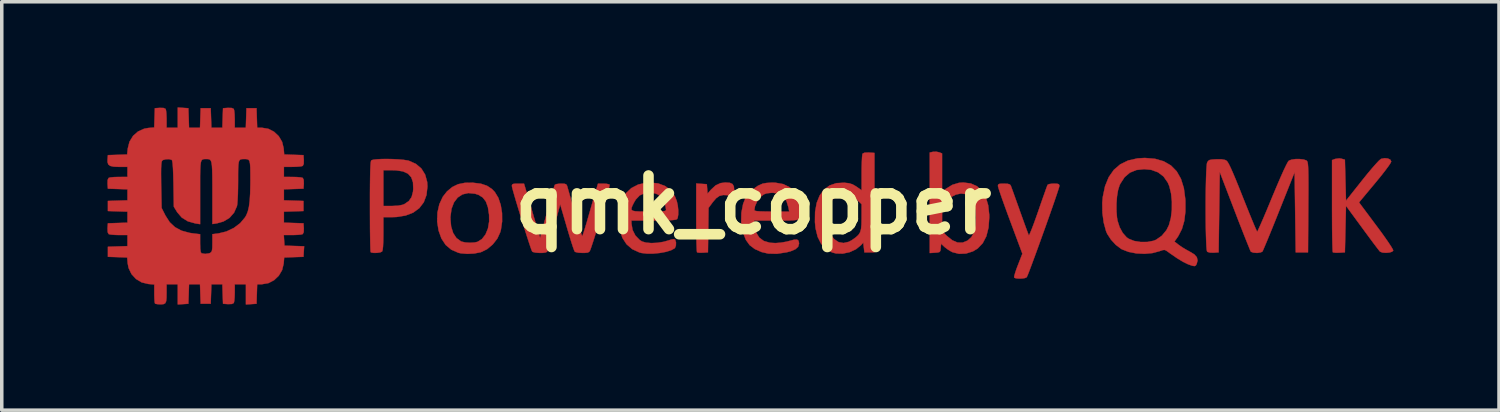
<source format=kicad_pcb>
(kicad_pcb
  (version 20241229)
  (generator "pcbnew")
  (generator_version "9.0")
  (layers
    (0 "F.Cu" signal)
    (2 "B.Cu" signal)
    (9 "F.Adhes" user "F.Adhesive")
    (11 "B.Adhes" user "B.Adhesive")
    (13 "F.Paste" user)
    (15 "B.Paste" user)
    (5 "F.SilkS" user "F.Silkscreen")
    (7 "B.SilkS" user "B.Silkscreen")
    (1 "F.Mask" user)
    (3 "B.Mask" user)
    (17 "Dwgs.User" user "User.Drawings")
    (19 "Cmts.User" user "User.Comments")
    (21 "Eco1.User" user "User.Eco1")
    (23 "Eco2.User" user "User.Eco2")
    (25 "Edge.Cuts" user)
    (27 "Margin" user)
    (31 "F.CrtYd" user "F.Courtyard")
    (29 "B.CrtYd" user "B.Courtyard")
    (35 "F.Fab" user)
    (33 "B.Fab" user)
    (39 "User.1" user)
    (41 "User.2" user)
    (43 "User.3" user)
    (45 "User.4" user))
  (footprint "qmk_copper"
    (layer "F.Cu")
    (at 18.352 2.771)
    (property "Reference" "qmk_copper" (at 0 0 0) (layer "F.SilkS") (effects (font (size 1.524 1.524) (thickness 0.3))))
    (attr through_hole)
    (fp_poly (pts (xy -0.665 -0.626) (xy -0.588 -0.592) (xy -0.55 -0.522) (xy -0.54 -0.411) (xy -0.54 -0.253) (xy -0.716 -0.274) (xy -0.855 -0.28) (xy -0.961 -0.254) (xy -1.055 -0.187) (xy -1.153 -0.072) (xy -1.16 -0.062) (xy -1.269 0.086) (xy -1.286 1.349) (xy -1.43 1.359) (xy -1.521 1.36) (xy -1.584 1.352) (xy -1.597 1.346) (xy -1.602 1.309) (xy -1.607 1.217) (xy -1.612 1.078) (xy -1.615 0.899) (xy -1.618 0.688) (xy -1.619 0.454) (xy -1.619 0.358) (xy -1.619 -0.607) (xy -1.468 -0.597) (xy -1.318 -0.587) (xy -1.308 -0.453) (xy -1.298 -0.319) (xy -1.2 -0.431) (xy -1.068 -0.553) (xy -0.929 -0.618) (xy -0.793 -0.635) (xy -0.665 -0.626)) (stroke (width 0.01) (type solid)) (fill yes) (layer "F.Cu"))
    (fp_poly (pts (xy 18.033 -1.317) (xy 18.103 -1.284) (xy 18.129 -1.233) (xy 18.109 -1.189) (xy 18.052 -1.103) (xy 17.963 -0.983) (xy 17.848 -0.835) (xy 17.71 -0.666) (xy 17.671 -0.619) (xy 17.213 -0.07) (xy 17.704 0.588) (xy 17.837 0.767) (xy 17.955 0.932) (xy 18.054 1.075) (xy 18.129 1.189) (xy 18.174 1.266) (xy 18.186 1.297) (xy 18.151 1.332) (xy 18.075 1.354) (xy 17.979 1.363) (xy 17.886 1.356) (xy 17.817 1.332) (xy 17.805 1.323) (xy 17.775 1.285) (xy 17.712 1.204) (xy 17.623 1.087) (xy 17.515 0.941) (xy 17.392 0.775) (xy 17.302 0.652) (xy 16.843 0.027) (xy 16.812 1.349) (xy 16.652 1.359) (xy 16.555 1.36) (xy 16.487 1.353) (xy 16.469 1.346) (xy 16.464 1.31) (xy 16.46 1.218) (xy 16.456 1.075) (xy 16.452 0.89) (xy 16.449 0.668) (xy 16.448 0.417) (xy 16.447 0.144) (xy 16.447 0.026) (xy 16.447 -1.272) (xy 16.534 -1.305) (xy 16.652 -1.321) (xy 16.716 -1.311) (xy 16.812 -1.284) (xy 16.843 -0.119) (xy 17.303 -0.698) (xy 17.449 -0.88) (xy 17.581 -1.037) (xy 17.693 -1.164) (xy 17.778 -1.255) (xy 17.833 -1.302) (xy 17.842 -1.307) (xy 17.94 -1.327) (xy 18.033 -1.317)) (stroke (width 0.01) (type solid)) (fill yes) (layer "F.Cu"))
    (fp_poly (pts (xy -7.958 -0.628) (xy -7.738 -0.601) (xy -7.564 -0.543) (xy -7.423 -0.449) (xy -7.341 -0.363) (xy -7.242 -0.2) (xy -7.174 0.004) (xy -7.137 0.233) (xy -7.135 0.472) (xy -7.169 0.705) (xy -7.187 0.774) (xy -7.271 0.958) (xy -7.401 1.124) (xy -7.561 1.258) (xy -7.738 1.344) (xy -7.748 1.347) (xy -7.929 1.382) (xy -8.127 1.392) (xy -8.31 1.376) (xy -8.378 1.361) (xy -8.578 1.274) (xy -8.738 1.139) (xy -8.859 0.956) (xy -8.94 0.73) (xy -8.98 0.473) (xy -8.977 0.389) (xy -8.604 0.389) (xy -8.584 0.614) (xy -8.526 0.801) (xy -8.433 0.943) (xy -8.306 1.035) (xy -8.287 1.044) (xy -8.182 1.068) (xy -8.048 1.077) (xy -7.918 1.069) (xy -7.832 1.05) (xy -7.706 0.969) (xy -7.606 0.84) (xy -7.537 0.671) (xy -7.503 0.472) (xy -7.505 0.282) (xy -7.538 0.067) (xy -7.596 -0.094) (xy -7.684 -0.209) (xy -7.806 -0.285) (xy -7.906 -0.317) (xy -8.095 -0.336) (xy -8.261 -0.298) (xy -8.398 -0.208) (xy -8.503 -0.07) (xy -8.573 0.113) (xy -8.603 0.337) (xy -8.604 0.389) (xy -8.977 0.389) (xy -8.972 0.219) (xy -8.918 -0.019) (xy -8.82 -0.23) (xy -8.7 -0.383) (xy -8.549 -0.508) (xy -8.385 -0.587) (xy -8.194 -0.626) (xy -7.961 -0.629) (xy -7.958 -0.628)) (stroke (width 0.01) (type solid)) (fill yes) (layer "F.Cu"))
    (fp_poly (pts (xy 5.281 -1.494) (xy 5.366 -1.462) (xy 5.366 -0.373) (xy 5.477 -0.458) (xy 5.66 -0.57) (xy 5.847 -0.626) (xy 5.969 -0.635) (xy 6.181 -0.608) (xy 6.359 -0.529) (xy 6.502 -0.398) (xy 6.608 -0.218) (xy 6.676 0.01) (xy 6.706 0.283) (xy 6.707 0.352) (xy 6.686 0.645) (xy 6.624 0.891) (xy 6.521 1.089) (xy 6.377 1.24) (xy 6.245 1.32) (xy 6.046 1.383) (xy 5.848 1.391) (xy 5.665 1.345) (xy 5.637 1.332) (xy 5.534 1.271) (xy 5.44 1.2) (xy 5.425 1.186) (xy 5.338 1.103) (xy 5.328 1.226) (xy 5.319 1.301) (xy 5.296 1.338) (xy 5.242 1.353) (xy 5.167 1.359) (xy 5.016 1.369) (xy 5.016 0.749) (xy 5.366 0.749) (xy 5.501 0.881) (xy 5.656 1.006) (xy 5.804 1.07) (xy 5.948 1.073) (xy 6.09 1.015) (xy 6.199 0.917) (xy 6.274 0.775) (xy 6.317 0.584) (xy 6.329 0.365) (xy 6.318 0.155) (xy 6.286 -0.008) (xy 6.228 -0.136) (xy 6.147 -0.238) (xy 6.037 -0.306) (xy 5.904 -0.323) (xy 5.757 -0.292) (xy 5.608 -0.216) (xy 5.467 -0.096) (xy 5.444 -0.071) (xy 5.411 -0.029) (xy 5.389 0.016) (xy 5.376 0.079) (xy 5.369 0.172) (xy 5.367 0.309) (xy 5.367 0.382) (xy 5.366 0.749) (xy 5.016 0.749) (xy 5.016 -1.487) (xy 5.106 -1.507) (xy 5.205 -1.51) (xy 5.281 -1.494)) (stroke (width 0.01) (type solid)) (fill yes) (layer "F.Cu"))
    (fp_poly (pts (xy -10.239 -1.3) (xy -10.076 -1.292) (xy -9.931 -1.279) (xy -9.817 -1.261) (xy -9.784 -1.253) (xy -9.584 -1.164) (xy -9.429 -1.032) (xy -9.322 -0.86) (xy -9.265 -0.652) (xy -9.257 -0.522) (xy -9.284 -0.28) (xy -9.361 -0.074) (xy -9.488 0.093) (xy -9.661 0.22) (xy -9.88 0.304) (xy -10.142 0.345) (xy -10.261 0.349) (xy -10.509 0.349) (xy -10.509 0.819) (xy -10.512 1.034) (xy -10.519 1.188) (xy -10.531 1.285) (xy -10.547 1.327) (xy -10.6 1.35) (xy -10.686 1.363) (xy -10.778 1.365) (xy -10.85 1.354) (xy -10.869 1.344) (xy -10.874 1.309) (xy -10.878 1.217) (xy -10.882 1.075) (xy -10.885 0.89) (xy -10.888 0.669) (xy -10.889 0.419) (xy -10.89 0.147) (xy -10.89 0.049) (xy -10.89 -0.294) (xy -10.888 -0.577) (xy -10.885 -0.806) (xy -10.881 -0.983) (xy -10.881 -0.984) (xy -10.509 -0.984) (xy -10.509 0.032) (xy -10.263 0.032) (xy -10.086 0.023) (xy -9.958 -0.003) (xy -9.908 -0.024) (xy -9.785 -0.109) (xy -9.707 -0.221) (xy -9.667 -0.373) (xy -9.66 -0.453) (xy -9.667 -0.64) (xy -9.716 -0.783) (xy -9.809 -0.886) (xy -9.95 -0.951) (xy -10.142 -0.981) (xy -10.247 -0.984) (xy -10.509 -0.984) (xy -10.881 -0.984) (xy -10.875 -1.114) (xy -10.868 -1.201) (xy -10.859 -1.251) (xy -10.852 -1.264) (xy -10.802 -1.282) (xy -10.702 -1.294) (xy -10.565 -1.302) (xy -10.407 -1.304) (xy -10.239 -1.3)) (stroke (width 0.01) (type solid)) (fill yes) (layer "F.Cu"))
    (fp_poly (pts (xy 3.289 -1.486) (xy 3.445 -1.476) (xy 3.445 1.349) (xy 3.159 1.349) (xy 3.143 1.211) (xy 3.127 1.072) (xy 3.064 1.143) (xy 2.919 1.261) (xy 2.74 1.343) (xy 2.545 1.385) (xy 2.354 1.381) (xy 2.242 1.352) (xy 2.067 1.255) (xy 1.93 1.107) (xy 1.831 0.909) (xy 1.771 0.665) (xy 1.754 0.492) (xy 1.755 0.381) (xy 2.128 0.381) (xy 2.137 0.591) (xy 2.169 0.753) (xy 2.226 0.88) (xy 2.302 0.975) (xy 2.426 1.059) (xy 2.567 1.084) (xy 2.716 1.05) (xy 2.807 1) (xy 2.915 0.923) (xy 2.989 0.855) (xy 3.037 0.78) (xy 3.064 0.685) (xy 3.076 0.556) (xy 3.079 0.379) (xy 3.079 0.364) (xy 3.08 -0.019) (xy 2.961 -0.133) (xy 2.848 -0.231) (xy 2.752 -0.287) (xy 2.649 -0.313) (xy 2.554 -0.318) (xy 2.453 -0.311) (xy 2.381 -0.281) (xy 2.307 -0.214) (xy 2.299 -0.205) (xy 2.218 -0.1) (xy 2.165 0.022) (xy 2.137 0.174) (xy 2.128 0.373) (xy 2.128 0.381) (xy 1.755 0.381) (xy 1.758 0.197) (xy 1.804 -0.057) (xy 1.889 -0.268) (xy 2.012 -0.433) (xy 2.17 -0.551) (xy 2.362 -0.617) (xy 2.586 -0.629) (xy 2.587 -0.629) (xy 2.721 -0.614) (xy 2.822 -0.583) (xy 2.921 -0.526) (xy 2.936 -0.515) (xy 3.08 -0.414) (xy 3.08 -0.913) (xy 3.082 -1.087) (xy 3.087 -1.241) (xy 3.093 -1.361) (xy 3.102 -1.436) (xy 3.107 -1.455) (xy 3.161 -1.482) (xy 3.273 -1.487) (xy 3.289 -1.486)) (stroke (width 0.01) (type solid)) (fill yes) (layer "F.Cu"))
    (fp_poly (pts (xy 8.637 -0.6) (xy 8.684 -0.586) (xy 8.699 -0.554) (xy 8.7 -0.539) (xy 8.689 -0.496) (xy 8.659 -0.401) (xy 8.613 -0.263) (xy 8.553 -0.087) (xy 8.482 0.117) (xy 8.403 0.342) (xy 8.319 0.58) (xy 8.231 0.824) (xy 8.144 1.066) (xy 8.06 1.298) (xy 7.981 1.513) (xy 7.911 1.702) (xy 7.852 1.859) (xy 7.807 1.975) (xy 7.778 2.042) (xy 7.771 2.056) (xy 7.723 2.079) (xy 7.639 2.092) (xy 7.543 2.094) (xy 7.461 2.086) (xy 7.415 2.066) (xy 7.414 2.065) (xy 7.417 2.024) (xy 7.441 1.938) (xy 7.48 1.821) (xy 7.522 1.711) (xy 7.648 1.388) (xy 7.301 0.456) (xy 7.215 0.224) (xy 7.137 0.009) (xy 7.069 -0.181) (xy 7.015 -0.339) (xy 6.976 -0.456) (xy 6.956 -0.526) (xy 6.953 -0.539) (xy 6.961 -0.577) (xy 6.994 -0.596) (xy 7.068 -0.603) (xy 7.124 -0.603) (xy 7.232 -0.598) (xy 7.292 -0.58) (xy 7.318 -0.548) (xy 7.335 -0.502) (xy 7.37 -0.407) (xy 7.419 -0.27) (xy 7.479 -0.102) (xy 7.547 0.087) (xy 7.576 0.171) (xy 7.646 0.365) (xy 7.709 0.54) (xy 7.762 0.686) (xy 7.803 0.795) (xy 7.827 0.856) (xy 7.832 0.866) (xy 7.847 0.846) (xy 7.879 0.774) (xy 7.926 0.658) (xy 7.984 0.504) (xy 8.049 0.322) (xy 8.099 0.18) (xy 8.169 -0.023) (xy 8.233 -0.206) (xy 8.288 -0.361) (xy 8.33 -0.48) (xy 8.358 -0.552) (xy 8.366 -0.571) (xy 8.407 -0.59) (xy 8.489 -0.601) (xy 8.543 -0.603) (xy 8.637 -0.6)) (stroke (width 0.01) (type solid)) (fill yes) (layer "F.Cu"))
    (fp_poly (pts (xy 0.629 -0.63) (xy 0.853 -0.59) (xy 1.038 -0.5) (xy 1.184 -0.362) (xy 1.288 -0.179) (xy 1.347 0.048) (xy 1.356 0.124) (xy 1.364 0.227) (xy 1.365 0.305) (xy 1.351 0.362) (xy 1.315 0.401) (xy 1.249 0.425) (xy 1.147 0.438) (xy 1 0.444) (xy 0.801 0.445) (xy 0.658 0.445) (xy 0.023 0.445) (xy 0.042 0.605) (xy 0.087 0.792) (xy 0.173 0.932) (xy 0.301 1.026) (xy 0.475 1.077) (xy 0.633 1.086) (xy 0.784 1.074) (xy 0.947 1.046) (xy 1.038 1.022) (xy 1.165 0.989) (xy 1.245 0.987) (xy 1.288 1.019) (xy 1.302 1.089) (xy 1.302 1.102) (xy 1.277 1.189) (xy 1.201 1.259) (xy 1.069 1.316) (xy 0.957 1.346) (xy 0.675 1.39) (xy 0.427 1.384) (xy 0.237 1.34) (xy 0.043 1.254) (xy -0.102 1.143) (xy -0.208 0.995) (xy -0.286 0.799) (xy -0.3 0.746) (xy -0.342 0.488) (xy -0.336 0.224) (xy -0.322 0.151) (xy 0.032 0.151) (xy 0.048 0.167) (xy 0.101 0.178) (xy 0.197 0.185) (xy 0.344 0.189) (xy 0.527 0.191) (xy 1.023 0.191) (xy 1.001 0.073) (xy 0.945 -0.109) (xy 0.855 -0.238) (xy 0.728 -0.315) (xy 0.564 -0.343) (xy 0.5 -0.341) (xy 0.384 -0.328) (xy 0.304 -0.3) (xy 0.23 -0.245) (xy 0.206 -0.222) (xy 0.113 -0.102) (xy 0.051 0.037) (xy 0.032 0.151) (xy -0.322 0.151) (xy -0.287 -0.026) (xy -0.22 -0.195) (xy -0.132 -0.321) (xy -0.007 -0.443) (xy 0.134 -0.543) (xy 0.268 -0.603) (xy 0.376 -0.622) (xy 0.515 -0.631) (xy 0.629 -0.63)) (stroke (width 0.01) (type solid)) (fill yes) (layer "F.Cu"))
    (fp_poly (pts (xy -2.7 -0.609) (xy -2.501 -0.534) (xy -2.342 -0.411) (xy -2.225 -0.241) (xy -2.172 -0.108) (xy -2.144 0.019) (xy -2.13 0.153) (xy -2.131 0.276) (xy -2.146 0.369) (xy -2.165 0.406) (xy -2.203 0.421) (xy -2.288 0.432) (xy -2.422 0.439) (xy -2.612 0.443) (xy -2.832 0.445) (xy -3.461 0.445) (xy -3.459 0.532) (xy -3.429 0.711) (xy -3.348 0.872) (xy -3.227 0.997) (xy -3.16 1.04) (xy -3.047 1.073) (xy -2.895 1.086) (xy -2.722 1.078) (xy -2.548 1.05) (xy -2.431 1.017) (xy -2.321 0.983) (xy -2.256 0.973) (xy -2.222 0.986) (xy -2.217 0.992) (xy -2.194 1.068) (xy -2.197 1.157) (xy -2.225 1.226) (xy -2.233 1.234) (xy -2.335 1.29) (xy -2.481 1.335) (xy -2.656 1.367) (xy -2.842 1.385) (xy -3.021 1.385) (xy -3.176 1.367) (xy -3.233 1.352) (xy -3.439 1.257) (xy -3.599 1.119) (xy -3.717 0.938) (xy -3.793 0.709) (xy -3.81 0.615) (xy -3.826 0.381) (xy -3.806 0.14) (xy -3.795 0.095) (xy -3.46 0.095) (xy -3.458 0.14) (xy -3.421 0.168) (xy -3.344 0.183) (xy -3.219 0.189) (xy -3.039 0.191) (xy -2.969 0.191) (xy -2.781 0.19) (xy -2.648 0.188) (xy -2.56 0.182) (xy -2.509 0.173) (xy -2.484 0.159) (xy -2.477 0.139) (xy -2.477 0.135) (xy -2.502 -0.013) (xy -2.569 -0.156) (xy -2.635 -0.238) (xy -2.708 -0.295) (xy -2.792 -0.327) (xy -2.912 -0.342) (xy -2.913 -0.342) (xy -3.087 -0.331) (xy -3.226 -0.269) (xy -3.338 -0.151) (xy -3.389 -0.064) (xy -3.435 0.028) (xy -3.46 0.095) (xy -3.795 0.095) (xy -3.752 -0.081) (xy -3.731 -0.138) (xy -3.619 -0.328) (xy -3.463 -0.476) (xy -3.269 -0.577) (xy -3.045 -0.629) (xy -2.937 -0.634) (xy -2.7 -0.609)) (stroke (width 0.01) (type solid)) (fill yes) (layer "F.Cu"))
    (fp_poly (pts (xy 11.417 -1.309) (xy 11.663 -1.238) (xy 11.868 -1.12) (xy 12.032 -0.954) (xy 12.154 -0.739) (xy 12.236 -0.476) (xy 12.277 -0.164) (xy 12.28 -0.119) (xy 12.28 0.192) (xy 12.248 0.456) (xy 12.182 0.684) (xy 12.08 0.884) (xy 12.041 0.942) (xy 11.969 1.042) (xy 12.089 1.136) (xy 12.183 1.202) (xy 12.305 1.275) (xy 12.402 1.328) (xy 12.533 1.407) (xy 12.605 1.488) (xy 12.625 1.579) (xy 12.602 1.673) (xy 12.577 1.721) (xy 12.539 1.74) (xy 12.475 1.73) (xy 12.371 1.693) (xy 12.341 1.681) (xy 12.211 1.617) (xy 12.046 1.517) (xy 11.843 1.377) (xy 11.743 1.305) (xy 11.696 1.281) (xy 11.641 1.283) (xy 11.555 1.312) (xy 11.548 1.315) (xy 11.348 1.369) (xy 11.121 1.39) (xy 10.886 1.379) (xy 10.665 1.336) (xy 10.477 1.263) (xy 10.457 1.252) (xy 10.304 1.138) (xy 10.165 0.987) (xy 10.058 0.822) (xy 10.026 0.749) (xy 9.959 0.503) (xy 9.922 0.226) (xy 9.922 0.166) (xy 10.321 0.166) (xy 10.336 0.358) (xy 10.351 0.449) (xy 10.411 0.634) (xy 10.5 0.798) (xy 10.61 0.922) (xy 10.668 0.963) (xy 10.822 1.025) (xy 11.007 1.055) (xy 11.2 1.054) (xy 11.376 1.02) (xy 11.446 0.992) (xy 11.61 0.878) (xy 11.742 0.718) (xy 11.812 0.576) (xy 11.867 0.375) (xy 11.895 0.145) (xy 11.896 -0.095) (xy 11.873 -0.325) (xy 11.824 -0.528) (xy 11.78 -0.632) (xy 11.66 -0.805) (xy 11.501 -0.926) (xy 11.306 -0.996) (xy 11.106 -1.015) (xy 10.885 -0.99) (xy 10.702 -0.915) (xy 10.552 -0.787) (xy 10.432 -0.603) (xy 10.409 -0.556) (xy 10.367 -0.42) (xy 10.337 -0.242) (xy 10.322 -0.04) (xy 10.321 0.166) (xy 9.922 0.166) (xy 9.918 -0.059) (xy 9.933 -0.226) (xy 9.997 -0.531) (xy 10.102 -0.788) (xy 10.247 -0.995) (xy 10.431 -1.153) (xy 10.656 -1.262) (xy 10.921 -1.321) (xy 11.128 -1.333) (xy 11.417 -1.309)) (stroke (width 0.01) (type solid)) (fill yes) (layer "F.Cu"))
    (fp_poly (pts (xy 15.642 -1.288) (xy 15.719 -1.261) (xy 15.73 -1.252) (xy 15.743 -1.233) (xy 15.753 -1.202) (xy 15.761 -1.152) (xy 15.767 -1.077) (xy 15.771 -0.971) (xy 15.774 -0.829) (xy 15.775 -0.645) (xy 15.775 -0.413) (xy 15.773 -0.126) (xy 15.772 0.074) (xy 15.764 1.349) (xy 15.415 1.349) (xy 15.383 -0.926) (xy 14.941 0.18) (xy 14.841 0.431) (xy 14.747 0.664) (xy 14.662 0.872) (xy 14.589 1.049) (xy 14.53 1.188) (xy 14.49 1.282) (xy 14.47 1.325) (xy 14.469 1.326) (xy 14.42 1.35) (xy 14.335 1.364) (xy 14.303 1.365) (xy 14.213 1.357) (xy 14.149 1.335) (xy 14.138 1.326) (xy 14.12 1.288) (xy 14.083 1.197) (xy 14.028 1.061) (xy 13.958 0.886) (xy 13.877 0.679) (xy 13.786 0.447) (xy 13.69 0.196) (xy 13.682 0.176) (xy 13.256 -0.934) (xy 13.224 1.349) (xy 13.081 1.359) (xy 12.978 1.356) (xy 12.908 1.336) (xy 12.898 1.329) (xy 12.887 1.287) (xy 12.878 1.19) (xy 12.871 1.046) (xy 12.865 0.865) (xy 12.86 0.654) (xy 12.857 0.422) (xy 12.856 0.177) (xy 12.856 -0.071) (xy 12.858 -0.315) (xy 12.862 -0.546) (xy 12.867 -0.756) (xy 12.873 -0.936) (xy 12.882 -1.077) (xy 12.891 -1.171) (xy 12.9 -1.206) (xy 12.928 -1.249) (xy 12.969 -1.275) (xy 13.04 -1.288) (xy 13.156 -1.295) (xy 13.305 -1.295) (xy 13.405 -1.277) (xy 13.447 -1.256) (xy 13.475 -1.226) (xy 13.514 -1.161) (xy 13.564 -1.059) (xy 13.628 -0.915) (xy 13.709 -0.724) (xy 13.807 -0.482) (xy 13.91 -0.223) (xy 14.004 0.012) (xy 14.09 0.226) (xy 14.167 0.414) (xy 14.231 0.568) (xy 14.28 0.682) (xy 14.311 0.748) (xy 14.32 0.762) (xy 14.337 0.734) (xy 14.374 0.653) (xy 14.43 0.528) (xy 14.501 0.364) (xy 14.584 0.169) (xy 14.676 -0.052) (xy 14.747 -0.224) (xy 14.874 -0.527) (xy 14.983 -0.78) (xy 15.073 -0.982) (xy 15.144 -1.13) (xy 15.194 -1.223) (xy 15.22 -1.256) (xy 15.297 -1.285) (xy 15.408 -1.301) (xy 15.531 -1.301) (xy 15.642 -1.288)) (stroke (width 0.01) (type solid)) (fill yes) (layer "F.Cu"))
    (fp_poly (pts (xy -6.434 -0.341) (xy -6.386 -0.18) (xy -6.333 -0.003) (xy -6.288 0.153) (xy -6.287 0.159) (xy -6.243 0.31) (xy -6.191 0.486) (xy -6.141 0.651) (xy -6.137 0.667) (xy -6.055 0.937) (xy -5.857 0.201) (xy -5.801 -0.006) (xy -5.749 -0.194) (xy -5.704 -0.353) (xy -5.668 -0.474) (xy -5.645 -0.549) (xy -5.637 -0.569) (xy -5.596 -0.589) (xy -5.513 -0.601) (xy -5.461 -0.603) (xy -5.367 -0.6) (xy -5.316 -0.584) (xy -5.29 -0.544) (xy -5.277 -0.5) (xy -5.217 -0.29) (xy -5.155 -0.074) (xy -5.093 0.14) (xy -5.033 0.343) (xy -4.978 0.526) (xy -4.93 0.68) (xy -4.893 0.798) (xy -4.868 0.87) (xy -4.859 0.889) (xy -4.845 0.86) (xy -4.817 0.779) (xy -4.779 0.657) (xy -4.732 0.502) (xy -4.686 0.341) (xy -4.63 0.147) (xy -4.576 -0.041) (xy -4.527 -0.208) (xy -4.489 -0.34) (xy -4.47 -0.405) (xy -4.41 -0.603) (xy -4.255 -0.603) (xy -4.161 -0.597) (xy -4.095 -0.582) (xy -4.08 -0.572) (xy -4.085 -0.536) (xy -4.106 -0.45) (xy -4.141 -0.32) (xy -4.187 -0.158) (xy -4.241 0.029) (xy -4.3 0.231) (xy -4.362 0.439) (xy -4.425 0.644) (xy -4.484 0.837) (xy -4.538 1.009) (xy -4.585 1.151) (xy -4.62 1.253) (xy -4.636 1.294) (xy -4.661 1.334) (xy -4.704 1.356) (xy -4.782 1.364) (xy -4.853 1.365) (xy -4.97 1.358) (xy -5.05 1.34) (xy -5.073 1.326) (xy -5.091 1.284) (xy -5.124 1.192) (xy -5.168 1.057) (xy -5.219 0.89) (xy -5.276 0.7) (xy -5.295 0.635) (xy -5.485 -0.016) (xy -5.523 0.127) (xy -5.611 0.455) (xy -5.684 0.726) (xy -5.743 0.942) (xy -5.788 1.107) (xy -5.822 1.225) (xy -5.845 1.299) (xy -5.857 1.332) (xy -5.858 1.334) (xy -5.901 1.353) (xy -5.985 1.364) (xy -6.087 1.364) (xy -6.185 1.356) (xy -6.258 1.339) (xy -6.28 1.326) (xy -6.298 1.285) (xy -6.331 1.193) (xy -6.376 1.059) (xy -6.43 0.892) (xy -6.491 0.702) (xy -6.555 0.497) (xy -6.62 0.288) (xy -6.682 0.083) (xy -6.74 -0.108) (xy -6.789 -0.276) (xy -6.827 -0.41) (xy -6.851 -0.503) (xy -6.858 -0.543) (xy -6.849 -0.578) (xy -6.814 -0.596) (xy -6.736 -0.603) (xy -6.685 -0.603) (xy -6.513 -0.603) (xy -6.434 -0.341)) (stroke (width 0.01) (type solid)) (fill yes) (layer "F.Cu"))
    (fp_poly (pts (xy -16.2 -2.756) (xy -16.05 -2.746) (xy -16.04 -2.469) (xy -16.031 -2.191) (xy -15.719 -2.191) (xy -15.71 -2.469) (xy -15.7 -2.746) (xy -15.415 -2.746) (xy -15.405 -2.469) (xy -15.396 -2.191) (xy -15.084 -2.191) (xy -15.075 -2.469) (xy -15.065 -2.746) (xy -14.926 -2.756) (xy -14.817 -2.753) (xy -14.761 -2.727) (xy -14.759 -2.725) (xy -14.747 -2.674) (xy -14.737 -2.579) (xy -14.733 -2.459) (xy -14.732 -2.437) (xy -14.732 -2.191) (xy -14.417 -2.191) (xy -14.408 -2.469) (xy -14.399 -2.746) (xy -14.113 -2.746) (xy -14.104 -2.469) (xy -14.095 -2.191) (xy -13.958 -2.191) (xy -13.778 -2.161) (xy -13.616 -2.078) (xy -13.482 -1.952) (xy -13.387 -1.792) (xy -13.342 -1.609) (xy -13.342 -1.606) (xy -13.327 -1.431) (xy -12.779 -1.413) (xy -12.769 -1.273) (xy -12.772 -1.165) (xy -12.799 -1.108) (xy -12.801 -1.107) (xy -12.851 -1.094) (xy -12.946 -1.085) (xy -13.067 -1.08) (xy -13.089 -1.08) (xy -13.335 -1.079) (xy -13.335 -0.794) (xy -13.089 -0.793) (xy -12.966 -0.79) (xy -12.865 -0.781) (xy -12.806 -0.769) (xy -12.801 -0.766) (xy -12.773 -0.713) (xy -12.769 -0.607) (xy -12.769 -0.6) (xy -12.779 -0.46) (xy -13.057 -0.451) (xy -13.335 -0.442) (xy -13.335 -0.129) (xy -12.779 -0.111) (xy -12.779 0.175) (xy -13.057 0.184) (xy -13.335 0.193) (xy -13.335 0.506) (xy -13.057 0.515) (xy -12.779 0.524) (xy -12.769 0.664) (xy -12.772 0.772) (xy -12.799 0.828) (xy -12.801 0.83) (xy -12.851 0.843) (xy -12.946 0.852) (xy -13.067 0.857) (xy -13.091 0.857) (xy -13.338 0.857) (xy -13.329 1.008) (xy -13.319 1.159) (xy -13.04 1.168) (xy -12.76 1.177) (xy -12.77 1.327) (xy -12.779 1.476) (xy -13.053 1.485) (xy -13.327 1.495) (xy -13.342 1.669) (xy -13.386 1.852) (xy -13.48 2.012) (xy -13.613 2.139) (xy -13.774 2.223) (xy -13.954 2.254) (xy -13.958 2.254) (xy -14.095 2.254) (xy -14.104 2.532) (xy -14.113 2.81) (xy -14.264 2.82) (xy -14.415 2.829) (xy -14.415 2.254) (xy -14.732 2.254) (xy -14.732 2.5) (xy -14.736 2.623) (xy -14.745 2.724) (xy -14.757 2.783) (xy -14.759 2.788) (xy -14.813 2.816) (xy -14.919 2.82) (xy -14.926 2.82) (xy -15.065 2.81) (xy -15.075 2.532) (xy -15.084 2.254) (xy -15.396 2.254) (xy -15.405 2.532) (xy -15.415 2.81) (xy -15.7 2.81) (xy -15.71 2.532) (xy -15.719 2.254) (xy -16.031 2.254) (xy -16.04 2.532) (xy -16.05 2.81) (xy -16.2 2.82) (xy -16.351 2.829) (xy -16.351 2.254) (xy -16.669 2.254) (xy -16.669 2.49) (xy -16.671 2.639) (xy -16.681 2.736) (xy -16.705 2.792) (xy -16.748 2.818) (xy -16.816 2.826) (xy -16.841 2.826) (xy -16.929 2.821) (xy -16.988 2.81) (xy -16.997 2.805) (xy -17.007 2.765) (xy -17.014 2.678) (xy -17.018 2.561) (xy -17.018 2.523) (xy -17.018 2.262) (xy -17.186 2.248) (xy -17.375 2.203) (xy -17.538 2.106) (xy -17.666 1.966) (xy -17.748 1.794) (xy -17.774 1.661) (xy -17.788 1.495) (xy -18.062 1.485) (xy -18.336 1.476) (xy -18.336 1.191) (xy -18.058 1.181) (xy -17.78 1.172) (xy -17.78 0.857) (xy -18.026 0.857) (xy -18.149 0.853) (xy -18.25 0.844) (xy -18.309 0.832) (xy -18.314 0.83) (xy -18.342 0.776) (xy -18.346 0.67) (xy -18.346 0.664) (xy -18.336 0.524) (xy -18.058 0.515) (xy -17.78 0.506) (xy -17.78 0.193) (xy -18.058 0.184) (xy -18.336 0.175) (xy -18.336 -0.111) (xy -18.058 -0.12) (xy -17.78 -0.129) (xy -17.78 -0.442) (xy -18.058 -0.451) (xy -18.336 -0.46) (xy -18.346 -0.6) (xy -18.343 -0.708) (xy -18.316 -0.765) (xy -18.314 -0.766) (xy -18.264 -0.779) (xy -18.169 -0.789) (xy -18.048 -0.793) (xy -18.026 -0.793) (xy -17.78 -0.794) (xy -17.78 -0.875) (xy -16.826 -0.875) (xy -16.824 -0.659) (xy -16.823 -0.559) (xy -16.81 0.088) (xy -16.7 0.306) (xy -16.58 0.493) (xy -16.431 0.633) (xy -16.246 0.733) (xy -16.015 0.796) (xy -15.883 0.815) (xy -15.716 0.834) (xy -15.716 1.097) (xy -15.712 1.248) (xy -15.699 1.34) (xy -15.677 1.376) (xy -15.572 1.394) (xy -15.461 1.378) (xy -15.428 1.364) (xy -15.397 1.339) (xy -15.378 1.294) (xy -15.369 1.217) (xy -15.367 1.091) (xy -15.367 1.082) (xy -15.367 0.833) (xy -15.197 0.812) (xy -14.97 0.757) (xy -14.758 0.656) (xy -14.576 0.519) (xy -14.437 0.353) (xy -14.403 0.293) (xy -14.361 0.189) (xy -14.329 0.056) (xy -14.307 -0.112) (xy -14.294 -0.324) (xy -14.288 -0.589) (xy -14.287 -0.697) (xy -14.288 -0.906) (xy -14.29 -1.061) (xy -14.298 -1.169) (xy -14.312 -1.239) (xy -14.336 -1.278) (xy -14.371 -1.296) (xy -14.421 -1.302) (xy -14.462 -1.302) (xy -14.522 -1.301) (xy -14.566 -1.293) (xy -14.597 -1.269) (xy -14.617 -1.221) (xy -14.629 -1.141) (xy -14.635 -1.021) (xy -14.637 -0.853) (xy -14.637 -0.671) (xy -14.639 -0.475) (xy -14.643 -0.294) (xy -14.651 -0.139) (xy -14.66 -0.024) (xy -14.669 0.035) (xy -14.752 0.222) (xy -14.882 0.37) (xy -15.055 0.473) (xy -15.232 0.523) (xy -15.367 0.545) (xy -15.367 -0.34) (xy -15.367 -0.612) (xy -15.369 -0.827) (xy -15.373 -0.992) (xy -15.38 -1.114) (xy -15.392 -1.198) (xy -15.41 -1.253) (xy -15.435 -1.284) (xy -15.467 -1.298) (xy -15.509 -1.302) (xy -15.53 -1.302) (xy -15.583 -1.302) (xy -15.625 -1.298) (xy -15.657 -1.284) (xy -15.681 -1.253) (xy -15.697 -1.197) (xy -15.707 -1.111) (xy -15.713 -0.987) (xy -15.716 -0.82) (xy -15.716 -0.601) (xy -15.716 -0.358) (xy -15.716 0.548) (xy -15.851 0.527) (xy -16.065 0.467) (xy -16.238 0.36) (xy -16.366 0.21) (xy -16.367 0.209) (xy -16.462 0.053) (xy -16.473 -0.601) (xy -16.479 -0.853) (xy -16.487 -1.045) (xy -16.497 -1.178) (xy -16.51 -1.255) (xy -16.521 -1.277) (xy -16.595 -1.299) (xy -16.687 -1.297) (xy -16.768 -1.275) (xy -16.796 -1.254) (xy -16.81 -1.219) (xy -16.819 -1.148) (xy -16.825 -1.036) (xy -16.826 -0.875) (xy -17.78 -0.875) (xy -17.78 -1.079) (xy -18.012 -1.079) (xy -18.167 -1.085) (xy -18.268 -1.107) (xy -18.325 -1.149) (xy -18.347 -1.218) (xy -18.346 -1.287) (xy -18.336 -1.413) (xy -18.062 -1.422) (xy -17.789 -1.431) (xy -17.771 -1.603) (xy -17.722 -1.795) (xy -17.622 -1.959) (xy -17.481 -2.084) (xy -17.307 -2.163) (xy -17.187 -2.185) (xy -17.02 -2.198) (xy -17.011 -2.472) (xy -17.002 -2.746) (xy -16.862 -2.756) (xy -16.754 -2.753) (xy -16.698 -2.727) (xy -16.696 -2.725) (xy -16.683 -2.674) (xy -16.674 -2.579) (xy -16.669 -2.459) (xy -16.669 -2.437) (xy -16.669 -2.191) (xy -16.351 -2.191) (xy -16.351 -2.766) (xy -16.2 -2.756)) (stroke (width 0.01) (type solid)) (fill yes) (layer "F.Cu"))
    (fp_poly (pts (xy -0.665 -0.626) (xy -0.588 -0.592) (xy -0.55 -0.522) (xy -0.54 -0.411) (xy -0.54 -0.253) (xy -0.716 -0.274) (xy -0.855 -0.28) (xy -0.961 -0.254) (xy -1.055 -0.187) (xy -1.153 -0.072) (xy -1.16 -0.062) (xy -1.269 0.086) (xy -1.286 1.349) (xy -1.43 1.359) (xy -1.521 1.36) (xy -1.584 1.352) (xy -1.597 1.346) (xy -1.602 1.309) (xy -1.607 1.217) (xy -1.612 1.078) (xy -1.615 0.899) (xy -1.618 0.688) (xy -1.619 0.454) (xy -1.619 0.358) (xy -1.619 -0.607) (xy -1.468 -0.597) (xy -1.318 -0.587) (xy -1.308 -0.453) (xy -1.298 -0.319) (xy -1.2 -0.431) (xy -1.068 -0.553) (xy -0.929 -0.618) (xy -0.793 -0.635) (xy -0.665 -0.626)) (stroke (width 0.01) (type solid)) (fill yes) (layer "F.Mask"))
    (fp_poly (pts (xy 18.033 -1.317) (xy 18.103 -1.284) (xy 18.129 -1.233) (xy 18.109 -1.189) (xy 18.052 -1.103) (xy 17.963 -0.983) (xy 17.848 -0.835) (xy 17.71 -0.666) (xy 17.671 -0.619) (xy 17.213 -0.07) (xy 17.704 0.588) (xy 17.837 0.767) (xy 17.955 0.932) (xy 18.054 1.075) (xy 18.129 1.189) (xy 18.174 1.266) (xy 18.186 1.297) (xy 18.151 1.332) (xy 18.075 1.354) (xy 17.979 1.363) (xy 17.886 1.356) (xy 17.817 1.332) (xy 17.805 1.323) (xy 17.775 1.285) (xy 17.712 1.204) (xy 17.623 1.087) (xy 17.515 0.941) (xy 17.392 0.775) (xy 17.302 0.652) (xy 16.843 0.027) (xy 16.812 1.349) (xy 16.652 1.359) (xy 16.555 1.36) (xy 16.487 1.353) (xy 16.469 1.346) (xy 16.464 1.31) (xy 16.46 1.218) (xy 16.456 1.075) (xy 16.452 0.89) (xy 16.449 0.668) (xy 16.448 0.417) (xy 16.447 0.144) (xy 16.447 0.026) (xy 16.447 -1.272) (xy 16.534 -1.305) (xy 16.652 -1.321) (xy 16.716 -1.311) (xy 16.812 -1.284) (xy 16.843 -0.119) (xy 17.303 -0.698) (xy 17.449 -0.88) (xy 17.581 -1.037) (xy 17.693 -1.164) (xy 17.778 -1.255) (xy 17.833 -1.302) (xy 17.842 -1.307) (xy 17.94 -1.327) (xy 18.033 -1.317)) (stroke (width 0.01) (type solid)) (fill yes) (layer "F.Mask"))
    (fp_poly (pts (xy -7.958 -0.628) (xy -7.738 -0.601) (xy -7.564 -0.543) (xy -7.423 -0.449) (xy -7.341 -0.363) (xy -7.242 -0.2) (xy -7.174 0.004) (xy -7.137 0.233) (xy -7.135 0.472) (xy -7.169 0.705) (xy -7.187 0.774) (xy -7.271 0.958) (xy -7.401 1.124) (xy -7.561 1.258) (xy -7.738 1.344) (xy -7.748 1.347) (xy -7.929 1.382) (xy -8.127 1.392) (xy -8.31 1.376) (xy -8.378 1.361) (xy -8.578 1.274) (xy -8.738 1.139) (xy -8.859 0.956) (xy -8.94 0.73) (xy -8.98 0.473) (xy -8.977 0.389) (xy -8.604 0.389) (xy -8.584 0.614) (xy -8.526 0.801) (xy -8.433 0.943) (xy -8.306 1.035) (xy -8.287 1.044) (xy -8.182 1.068) (xy -8.048 1.077) (xy -7.918 1.069) (xy -7.832 1.05) (xy -7.706 0.969) (xy -7.606 0.84) (xy -7.537 0.671) (xy -7.503 0.472) (xy -7.505 0.282) (xy -7.538 0.067) (xy -7.596 -0.094) (xy -7.684 -0.209) (xy -7.806 -0.285) (xy -7.906 -0.317) (xy -8.095 -0.336) (xy -8.261 -0.298) (xy -8.398 -0.208) (xy -8.503 -0.07) (xy -8.573 0.113) (xy -8.603 0.337) (xy -8.604 0.389) (xy -8.977 0.389) (xy -8.972 0.219) (xy -8.918 -0.019) (xy -8.82 -0.23) (xy -8.7 -0.383) (xy -8.549 -0.508) (xy -8.385 -0.587) (xy -8.194 -0.626) (xy -7.961 -0.629) (xy -7.958 -0.628)) (stroke (width 0.01) (type solid)) (fill yes) (layer "F.Mask"))
    (fp_poly (pts (xy 5.281 -1.494) (xy 5.366 -1.462) (xy 5.366 -0.373) (xy 5.477 -0.458) (xy 5.66 -0.57) (xy 5.847 -0.626) (xy 5.969 -0.635) (xy 6.181 -0.608) (xy 6.359 -0.529) (xy 6.502 -0.398) (xy 6.608 -0.218) (xy 6.676 0.01) (xy 6.706 0.283) (xy 6.707 0.352) (xy 6.686 0.645) (xy 6.624 0.891) (xy 6.521 1.089) (xy 6.377 1.24) (xy 6.245 1.32) (xy 6.046 1.383) (xy 5.848 1.391) (xy 5.665 1.345) (xy 5.637 1.332) (xy 5.534 1.271) (xy 5.44 1.2) (xy 5.425 1.186) (xy 5.338 1.103) (xy 5.328 1.226) (xy 5.319 1.301) (xy 5.296 1.338) (xy 5.242 1.353) (xy 5.167 1.359) (xy 5.016 1.369) (xy 5.016 0.749) (xy 5.366 0.749) (xy 5.501 0.881) (xy 5.656 1.006) (xy 5.804 1.07) (xy 5.948 1.073) (xy 6.09 1.015) (xy 6.199 0.917) (xy 6.274 0.775) (xy 6.317 0.584) (xy 6.329 0.365) (xy 6.318 0.155) (xy 6.286 -0.008) (xy 6.228 -0.136) (xy 6.147 -0.238) (xy 6.037 -0.306) (xy 5.904 -0.323) (xy 5.757 -0.292) (xy 5.608 -0.216) (xy 5.467 -0.096) (xy 5.444 -0.071) (xy 5.411 -0.029) (xy 5.389 0.016) (xy 5.376 0.079) (xy 5.369 0.172) (xy 5.367 0.309) (xy 5.367 0.382) (xy 5.366 0.749) (xy 5.016 0.749) (xy 5.016 -1.487) (xy 5.106 -1.507) (xy 5.205 -1.51) (xy 5.281 -1.494)) (stroke (width 0.01) (type solid)) (fill yes) (layer "F.Mask"))
    (fp_poly (pts (xy -10.239 -1.3) (xy -10.076 -1.292) (xy -9.931 -1.279) (xy -9.817 -1.261) (xy -9.784 -1.253) (xy -9.584 -1.164) (xy -9.429 -1.032) (xy -9.322 -0.86) (xy -9.265 -0.652) (xy -9.257 -0.522) (xy -9.284 -0.28) (xy -9.361 -0.074) (xy -9.488 0.093) (xy -9.661 0.22) (xy -9.88 0.304) (xy -10.142 0.345) (xy -10.261 0.349) (xy -10.509 0.349) (xy -10.509 0.819) (xy -10.512 1.034) (xy -10.519 1.188) (xy -10.531 1.285) (xy -10.547 1.327) (xy -10.6 1.35) (xy -10.686 1.363) (xy -10.778 1.365) (xy -10.85 1.354) (xy -10.869 1.344) (xy -10.874 1.309) (xy -10.878 1.217) (xy -10.882 1.075) (xy -10.885 0.89) (xy -10.888 0.669) (xy -10.889 0.419) (xy -10.89 0.147) (xy -10.89 0.049) (xy -10.89 -0.294) (xy -10.888 -0.577) (xy -10.885 -0.806) (xy -10.881 -0.983) (xy -10.881 -0.984) (xy -10.509 -0.984) (xy -10.509 0.032) (xy -10.263 0.032) (xy -10.086 0.023) (xy -9.958 -0.003) (xy -9.908 -0.024) (xy -9.785 -0.109) (xy -9.707 -0.221) (xy -9.667 -0.373) (xy -9.66 -0.453) (xy -9.667 -0.64) (xy -9.716 -0.783) (xy -9.809 -0.886) (xy -9.95 -0.951) (xy -10.142 -0.981) (xy -10.247 -0.984) (xy -10.509 -0.984) (xy -10.881 -0.984) (xy -10.875 -1.114) (xy -10.868 -1.201) (xy -10.859 -1.251) (xy -10.852 -1.264) (xy -10.802 -1.282) (xy -10.702 -1.294) (xy -10.565 -1.302) (xy -10.407 -1.304) (xy -10.239 -1.3)) (stroke (width 0.01) (type solid)) (fill yes) (layer "F.Mask"))
    (fp_poly (pts (xy 3.289 -1.486) (xy 3.445 -1.476) (xy 3.445 1.349) (xy 3.159 1.349) (xy 3.143 1.211) (xy 3.127 1.072) (xy 3.064 1.143) (xy 2.919 1.261) (xy 2.74 1.343) (xy 2.545 1.385) (xy 2.354 1.381) (xy 2.242 1.352) (xy 2.067 1.255) (xy 1.93 1.107) (xy 1.831 0.909) (xy 1.771 0.665) (xy 1.754 0.492) (xy 1.755 0.381) (xy 2.128 0.381) (xy 2.137 0.591) (xy 2.169 0.753) (xy 2.226 0.88) (xy 2.302 0.975) (xy 2.426 1.059) (xy 2.567 1.084) (xy 2.716 1.05) (xy 2.807 1) (xy 2.915 0.923) (xy 2.989 0.855) (xy 3.037 0.78) (xy 3.064 0.685) (xy 3.076 0.556) (xy 3.079 0.379) (xy 3.079 0.364) (xy 3.08 -0.019) (xy 2.961 -0.133) (xy 2.848 -0.231) (xy 2.752 -0.287) (xy 2.649 -0.313) (xy 2.554 -0.318) (xy 2.453 -0.311) (xy 2.381 -0.281) (xy 2.307 -0.214) (xy 2.299 -0.205) (xy 2.218 -0.1) (xy 2.165 0.022) (xy 2.137 0.174) (xy 2.128 0.373) (xy 2.128 0.381) (xy 1.755 0.381) (xy 1.758 0.197) (xy 1.804 -0.057) (xy 1.889 -0.268) (xy 2.012 -0.433) (xy 2.17 -0.551) (xy 2.362 -0.617) (xy 2.586 -0.629) (xy 2.587 -0.629) (xy 2.721 -0.614) (xy 2.822 -0.583) (xy 2.921 -0.526) (xy 2.936 -0.515) (xy 3.08 -0.414) (xy 3.08 -0.913) (xy 3.082 -1.087) (xy 3.087 -1.241) (xy 3.093 -1.361) (xy 3.102 -1.436) (xy 3.107 -1.455) (xy 3.161 -1.482) (xy 3.273 -1.487) (xy 3.289 -1.486)) (stroke (width 0.01) (type solid)) (fill yes) (layer "F.Mask"))
    (fp_poly (pts (xy 8.637 -0.6) (xy 8.684 -0.586) (xy 8.699 -0.554) (xy 8.7 -0.539) (xy 8.689 -0.496) (xy 8.659 -0.401) (xy 8.613 -0.263) (xy 8.553 -0.087) (xy 8.482 0.117) (xy 8.403 0.342) (xy 8.319 0.58) (xy 8.231 0.824) (xy 8.144 1.066) (xy 8.06 1.298) (xy 7.981 1.513) (xy 7.911 1.702) (xy 7.852 1.859) (xy 7.807 1.975) (xy 7.778 2.042) (xy 7.771 2.056) (xy 7.723 2.079) (xy 7.639 2.092) (xy 7.543 2.094) (xy 7.461 2.086) (xy 7.415 2.066) (xy 7.414 2.065) (xy 7.417 2.024) (xy 7.441 1.938) (xy 7.48 1.821) (xy 7.522 1.711) (xy 7.648 1.388) (xy 7.301 0.456) (xy 7.215 0.224) (xy 7.137 0.009) (xy 7.069 -0.181) (xy 7.015 -0.339) (xy 6.976 -0.456) (xy 6.956 -0.526) (xy 6.953 -0.539) (xy 6.961 -0.577) (xy 6.994 -0.596) (xy 7.068 -0.603) (xy 7.124 -0.603) (xy 7.232 -0.598) (xy 7.292 -0.58) (xy 7.318 -0.548) (xy 7.335 -0.502) (xy 7.37 -0.407) (xy 7.419 -0.27) (xy 7.479 -0.102) (xy 7.547 0.087) (xy 7.576 0.171) (xy 7.646 0.365) (xy 7.709 0.54) (xy 7.762 0.686) (xy 7.803 0.795) (xy 7.827 0.856) (xy 7.832 0.866) (xy 7.847 0.846) (xy 7.879 0.774) (xy 7.926 0.658) (xy 7.984 0.504) (xy 8.049 0.322) (xy 8.099 0.18) (xy 8.169 -0.023) (xy 8.233 -0.206) (xy 8.288 -0.361) (xy 8.33 -0.48) (xy 8.358 -0.552) (xy 8.366 -0.571) (xy 8.407 -0.59) (xy 8.489 -0.601) (xy 8.543 -0.603) (xy 8.637 -0.6)) (stroke (width 0.01) (type solid)) (fill yes) (layer "F.Mask"))
    (fp_poly (pts (xy 0.629 -0.63) (xy 0.853 -0.59) (xy 1.038 -0.5) (xy 1.184 -0.362) (xy 1.288 -0.179) (xy 1.347 0.048) (xy 1.356 0.124) (xy 1.364 0.227) (xy 1.365 0.305) (xy 1.351 0.362) (xy 1.315 0.401) (xy 1.249 0.425) (xy 1.147 0.438) (xy 1 0.444) (xy 0.801 0.445) (xy 0.658 0.445) (xy 0.023 0.445) (xy 0.042 0.605) (xy 0.087 0.792) (xy 0.173 0.932) (xy 0.301 1.026) (xy 0.475 1.077) (xy 0.633 1.086) (xy 0.784 1.074) (xy 0.947 1.046) (xy 1.038 1.022) (xy 1.165 0.989) (xy 1.245 0.987) (xy 1.288 1.019) (xy 1.302 1.089) (xy 1.302 1.102) (xy 1.277 1.189) (xy 1.201 1.259) (xy 1.069 1.316) (xy 0.957 1.346) (xy 0.675 1.39) (xy 0.427 1.384) (xy 0.237 1.34) (xy 0.043 1.254) (xy -0.102 1.143) (xy -0.208 0.995) (xy -0.286 0.799) (xy -0.3 0.746) (xy -0.342 0.488) (xy -0.336 0.224) (xy -0.322 0.151) (xy 0.032 0.151) (xy 0.048 0.167) (xy 0.101 0.178) (xy 0.197 0.185) (xy 0.344 0.189) (xy 0.527 0.191) (xy 1.023 0.191) (xy 1.001 0.073) (xy 0.945 -0.109) (xy 0.855 -0.238) (xy 0.728 -0.315) (xy 0.564 -0.343) (xy 0.5 -0.341) (xy 0.384 -0.328) (xy 0.304 -0.3) (xy 0.23 -0.245) (xy 0.206 -0.222) (xy 0.113 -0.102) (xy 0.051 0.037) (xy 0.032 0.151) (xy -0.322 0.151) (xy -0.287 -0.026) (xy -0.22 -0.195) (xy -0.132 -0.321) (xy -0.007 -0.443) (xy 0.134 -0.543) (xy 0.268 -0.603) (xy 0.376 -0.622) (xy 0.515 -0.631) (xy 0.629 -0.63)) (stroke (width 0.01) (type solid)) (fill yes) (layer "F.Mask"))
    (fp_poly (pts (xy -2.7 -0.609) (xy -2.501 -0.534) (xy -2.342 -0.411) (xy -2.225 -0.241) (xy -2.172 -0.108) (xy -2.144 0.019) (xy -2.13 0.153) (xy -2.131 0.276) (xy -2.146 0.369) (xy -2.165 0.406) (xy -2.203 0.421) (xy -2.288 0.432) (xy -2.422 0.439) (xy -2.612 0.443) (xy -2.832 0.445) (xy -3.461 0.445) (xy -3.459 0.532) (xy -3.429 0.711) (xy -3.348 0.872) (xy -3.227 0.997) (xy -3.16 1.04) (xy -3.047 1.073) (xy -2.895 1.086) (xy -2.722 1.078) (xy -2.548 1.05) (xy -2.431 1.017) (xy -2.321 0.983) (xy -2.256 0.973) (xy -2.222 0.986) (xy -2.217 0.992) (xy -2.194 1.068) (xy -2.197 1.157) (xy -2.225 1.226) (xy -2.233 1.234) (xy -2.335 1.29) (xy -2.481 1.335) (xy -2.656 1.367) (xy -2.842 1.385) (xy -3.021 1.385) (xy -3.176 1.367) (xy -3.233 1.352) (xy -3.439 1.257) (xy -3.599 1.119) (xy -3.717 0.938) (xy -3.793 0.709) (xy -3.81 0.615) (xy -3.826 0.381) (xy -3.806 0.14) (xy -3.795 0.095) (xy -3.46 0.095) (xy -3.458 0.14) (xy -3.421 0.168) (xy -3.344 0.183) (xy -3.219 0.189) (xy -3.039 0.191) (xy -2.969 0.191) (xy -2.781 0.19) (xy -2.648 0.188) (xy -2.56 0.182) (xy -2.509 0.173) (xy -2.484 0.159) (xy -2.477 0.139) (xy -2.477 0.135) (xy -2.502 -0.013) (xy -2.569 -0.156) (xy -2.635 -0.238) (xy -2.708 -0.295) (xy -2.792 -0.327) (xy -2.912 -0.342) (xy -2.913 -0.342) (xy -3.087 -0.331) (xy -3.226 -0.269) (xy -3.338 -0.151) (xy -3.389 -0.064) (xy -3.435 0.028) (xy -3.46 0.095) (xy -3.795 0.095) (xy -3.752 -0.081) (xy -3.731 -0.138) (xy -3.619 -0.328) (xy -3.463 -0.476) (xy -3.269 -0.577) (xy -3.045 -0.629) (xy -2.937 -0.634) (xy -2.7 -0.609)) (stroke (width 0.01) (type solid)) (fill yes) (layer "F.Mask"))
    (fp_poly (pts (xy 11.417 -1.309) (xy 11.663 -1.238) (xy 11.868 -1.12) (xy 12.032 -0.954) (xy 12.154 -0.739) (xy 12.236 -0.476) (xy 12.277 -0.164) (xy 12.28 -0.119) (xy 12.28 0.192) (xy 12.248 0.456) (xy 12.182 0.684) (xy 12.08 0.884) (xy 12.041 0.942) (xy 11.969 1.042) (xy 12.089 1.136) (xy 12.183 1.202) (xy 12.305 1.275) (xy 12.402 1.328) (xy 12.533 1.407) (xy 12.605 1.488) (xy 12.625 1.579) (xy 12.602 1.673) (xy 12.577 1.721) (xy 12.539 1.74) (xy 12.475 1.73) (xy 12.371 1.693) (xy 12.341 1.681) (xy 12.211 1.617) (xy 12.046 1.517) (xy 11.843 1.377) (xy 11.743 1.305) (xy 11.696 1.281) (xy 11.641 1.283) (xy 11.555 1.312) (xy 11.548 1.315) (xy 11.348 1.369) (xy 11.121 1.39) (xy 10.886 1.379) (xy 10.665 1.336) (xy 10.477 1.263) (xy 10.457 1.252) (xy 10.304 1.138) (xy 10.165 0.987) (xy 10.058 0.822) (xy 10.026 0.749) (xy 9.959 0.503) (xy 9.922 0.226) (xy 9.922 0.166) (xy 10.321 0.166) (xy 10.336 0.358) (xy 10.351 0.449) (xy 10.411 0.634) (xy 10.5 0.798) (xy 10.61 0.922) (xy 10.668 0.963) (xy 10.822 1.025) (xy 11.007 1.055) (xy 11.2 1.054) (xy 11.376 1.02) (xy 11.446 0.992) (xy 11.61 0.878) (xy 11.742 0.718) (xy 11.812 0.576) (xy 11.867 0.375) (xy 11.895 0.145) (xy 11.896 -0.095) (xy 11.873 -0.325) (xy 11.824 -0.528) (xy 11.78 -0.632) (xy 11.66 -0.805) (xy 11.501 -0.926) (xy 11.306 -0.996) (xy 11.106 -1.015) (xy 10.885 -0.99) (xy 10.702 -0.915) (xy 10.552 -0.787) (xy 10.432 -0.603) (xy 10.409 -0.556) (xy 10.367 -0.42) (xy 10.337 -0.242) (xy 10.322 -0.04) (xy 10.321 0.166) (xy 9.922 0.166) (xy 9.918 -0.059) (xy 9.933 -0.226) (xy 9.997 -0.531) (xy 10.102 -0.788) (xy 10.247 -0.995) (xy 10.431 -1.153) (xy 10.656 -1.262) (xy 10.921 -1.321) (xy 11.128 -1.333) (xy 11.417 -1.309)) (stroke (width 0.01) (type solid)) (fill yes) (layer "F.Mask"))
    (fp_poly (pts (xy 15.642 -1.288) (xy 15.719 -1.261) (xy 15.73 -1.252) (xy 15.743 -1.233) (xy 15.753 -1.202) (xy 15.761 -1.152) (xy 15.767 -1.077) (xy 15.771 -0.971) (xy 15.774 -0.829) (xy 15.775 -0.645) (xy 15.775 -0.413) (xy 15.773 -0.126) (xy 15.772 0.074) (xy 15.764 1.349) (xy 15.415 1.349) (xy 15.383 -0.926) (xy 14.941 0.18) (xy 14.841 0.431) (xy 14.747 0.664) (xy 14.662 0.872) (xy 14.589 1.049) (xy 14.53 1.188) (xy 14.49 1.282) (xy 14.47 1.325) (xy 14.469 1.326) (xy 14.42 1.35) (xy 14.335 1.364) (xy 14.303 1.365) (xy 14.213 1.357) (xy 14.149 1.335) (xy 14.138 1.326) (xy 14.12 1.288) (xy 14.083 1.197) (xy 14.028 1.061) (xy 13.958 0.886) (xy 13.877 0.679) (xy 13.786 0.447) (xy 13.69 0.196) (xy 13.682 0.176) (xy 13.256 -0.934) (xy 13.224 1.349) (xy 13.081 1.359) (xy 12.978 1.356) (xy 12.908 1.336) (xy 12.898 1.329) (xy 12.887 1.287) (xy 12.878 1.19) (xy 12.871 1.046) (xy 12.865 0.865) (xy 12.86 0.654) (xy 12.857 0.422) (xy 12.856 0.177) (xy 12.856 -0.071) (xy 12.858 -0.315) (xy 12.862 -0.546) (xy 12.867 -0.756) (xy 12.873 -0.936) (xy 12.882 -1.077) (xy 12.891 -1.171) (xy 12.9 -1.206) (xy 12.928 -1.249) (xy 12.969 -1.275) (xy 13.04 -1.288) (xy 13.156 -1.295) (xy 13.305 -1.295) (xy 13.405 -1.277) (xy 13.447 -1.256) (xy 13.475 -1.226) (xy 13.514 -1.161) (xy 13.564 -1.059) (xy 13.628 -0.915) (xy 13.709 -0.724) (xy 13.807 -0.482) (xy 13.91 -0.223) (xy 14.004 0.012) (xy 14.09 0.226) (xy 14.167 0.414) (xy 14.231 0.568) (xy 14.28 0.682) (xy 14.311 0.748) (xy 14.32 0.762) (xy 14.337 0.734) (xy 14.374 0.653) (xy 14.43 0.528) (xy 14.501 0.364) (xy 14.584 0.169) (xy 14.676 -0.052) (xy 14.747 -0.224) (xy 14.874 -0.527) (xy 14.983 -0.78) (xy 15.073 -0.982) (xy 15.144 -1.13) (xy 15.194 -1.223) (xy 15.22 -1.256) (xy 15.297 -1.285) (xy 15.408 -1.301) (xy 15.531 -1.301) (xy 15.642 -1.288)) (stroke (width 0.01) (type solid)) (fill yes) (layer "F.Mask"))
    (fp_poly (pts (xy -6.434 -0.341) (xy -6.386 -0.18) (xy -6.333 -0.003) (xy -6.288 0.153) (xy -6.287 0.159) (xy -6.243 0.31) (xy -6.191 0.486) (xy -6.141 0.651) (xy -6.137 0.667) (xy -6.055 0.937) (xy -5.857 0.201) (xy -5.801 -0.006) (xy -5.749 -0.194) (xy -5.704 -0.353) (xy -5.668 -0.474) (xy -5.645 -0.549) (xy -5.637 -0.569) (xy -5.596 -0.589) (xy -5.513 -0.601) (xy -5.461 -0.603) (xy -5.367 -0.6) (xy -5.316 -0.584) (xy -5.29 -0.544) (xy -5.277 -0.5) (xy -5.217 -0.29) (xy -5.155 -0.074) (xy -5.093 0.14) (xy -5.033 0.343) (xy -4.978 0.526) (xy -4.93 0.68) (xy -4.893 0.798) (xy -4.868 0.87) (xy -4.859 0.889) (xy -4.845 0.86) (xy -4.817 0.779) (xy -4.779 0.657) (xy -4.732 0.502) (xy -4.686 0.341) (xy -4.63 0.147) (xy -4.576 -0.041) (xy -4.527 -0.208) (xy -4.489 -0.34) (xy -4.47 -0.405) (xy -4.41 -0.603) (xy -4.255 -0.603) (xy -4.161 -0.597) (xy -4.095 -0.582) (xy -4.08 -0.572) (xy -4.085 -0.536) (xy -4.106 -0.45) (xy -4.141 -0.32) (xy -4.187 -0.158) (xy -4.241 0.029) (xy -4.3 0.231) (xy -4.362 0.439) (xy -4.425 0.644) (xy -4.484 0.837) (xy -4.538 1.009) (xy -4.585 1.151) (xy -4.62 1.253) (xy -4.636 1.294) (xy -4.661 1.334) (xy -4.704 1.356) (xy -4.782 1.364) (xy -4.853 1.365) (xy -4.97 1.358) (xy -5.05 1.34) (xy -5.073 1.326) (xy -5.091 1.284) (xy -5.124 1.192) (xy -5.168 1.057) (xy -5.219 0.89) (xy -5.276 0.7) (xy -5.295 0.635) (xy -5.485 -0.016) (xy -5.523 0.127) (xy -5.611 0.455) (xy -5.684 0.726) (xy -5.743 0.942) (xy -5.788 1.107) (xy -5.822 1.225) (xy -5.845 1.299) (xy -5.857 1.332) (xy -5.858 1.334) (xy -5.901 1.353) (xy -5.985 1.364) (xy -6.087 1.364) (xy -6.185 1.356) (xy -6.258 1.339) (xy -6.28 1.326) (xy -6.298 1.285) (xy -6.331 1.193) (xy -6.376 1.059) (xy -6.43 0.892) (xy -6.491 0.702) (xy -6.555 0.497) (xy -6.62 0.288) (xy -6.682 0.083) (xy -6.74 -0.108) (xy -6.789 -0.276) (xy -6.827 -0.41) (xy -6.851 -0.503) (xy -6.858 -0.543) (xy -6.849 -0.578) (xy -6.814 -0.596) (xy -6.736 -0.603) (xy -6.685 -0.603) (xy -6.513 -0.603) (xy -6.434 -0.341)) (stroke (width 0.01) (type solid)) (fill yes) (layer "F.Mask"))
    (fp_poly (pts (xy -16.2 -2.756) (xy -16.05 -2.746) (xy -16.04 -2.469) (xy -16.031 -2.191) (xy -15.719 -2.191) (xy -15.71 -2.469) (xy -15.7 -2.746) (xy -15.415 -2.746) (xy -15.405 -2.469) (xy -15.396 -2.191) (xy -15.084 -2.191) (xy -15.075 -2.469) (xy -15.065 -2.746) (xy -14.926 -2.756) (xy -14.817 -2.753) (xy -14.761 -2.727) (xy -14.759 -2.725) (xy -14.747 -2.674) (xy -14.737 -2.579) (xy -14.733 -2.459) (xy -14.732 -2.437) (xy -14.732 -2.191) (xy -14.417 -2.191) (xy -14.408 -2.469) (xy -14.399 -2.746) (xy -14.113 -2.746) (xy -14.104 -2.469) (xy -14.095 -2.191) (xy -13.958 -2.191) (xy -13.778 -2.161) (xy -13.616 -2.078) (xy -13.482 -1.952) (xy -13.387 -1.792) (xy -13.342 -1.609) (xy -13.342 -1.606) (xy -13.327 -1.431) (xy -12.779 -1.413) (xy -12.769 -1.273) (xy -12.772 -1.165) (xy -12.799 -1.108) (xy -12.801 -1.107) (xy -12.851 -1.094) (xy -12.946 -1.085) (xy -13.067 -1.08) (xy -13.089 -1.08) (xy -13.335 -1.079) (xy -13.335 -0.794) (xy -13.089 -0.793) (xy -12.966 -0.79) (xy -12.865 -0.781) (xy -12.806 -0.769) (xy -12.801 -0.766) (xy -12.773 -0.713) (xy -12.769 -0.607) (xy -12.769 -0.6) (xy -12.779 -0.46) (xy -13.057 -0.451) (xy -13.335 -0.442) (xy -13.335 -0.129) (xy -12.779 -0.111) (xy -12.779 0.175) (xy -13.057 0.184) (xy -13.335 0.193) (xy -13.335 0.506) (xy -13.057 0.515) (xy -12.779 0.524) (xy -12.769 0.664) (xy -12.772 0.772) (xy -12.799 0.828) (xy -12.801 0.83) (xy -12.851 0.843) (xy -12.946 0.852) (xy -13.067 0.857) (xy -13.091 0.857) (xy -13.338 0.857) (xy -13.329 1.008) (xy -13.319 1.159) (xy -13.04 1.168) (xy -12.76 1.177) (xy -12.77 1.327) (xy -12.779 1.476) (xy -13.053 1.485) (xy -13.327 1.495) (xy -13.342 1.669) (xy -13.386 1.852) (xy -13.48 2.012) (xy -13.613 2.139) (xy -13.774 2.223) (xy -13.954 2.254) (xy -13.958 2.254) (xy -14.095 2.254) (xy -14.104 2.532) (xy -14.113 2.81) (xy -14.264 2.82) (xy -14.415 2.829) (xy -14.415 2.254) (xy -14.732 2.254) (xy -14.732 2.5) (xy -14.736 2.623) (xy -14.745 2.724) (xy -14.757 2.783) (xy -14.759 2.788) (xy -14.813 2.816) (xy -14.919 2.82) (xy -14.926 2.82) (xy -15.065 2.81) (xy -15.075 2.532) (xy -15.084 2.254) (xy -15.396 2.254) (xy -15.405 2.532) (xy -15.415 2.81) (xy -15.7 2.81) (xy -15.71 2.532) (xy -15.719 2.254) (xy -16.031 2.254) (xy -16.04 2.532) (xy -16.05 2.81) (xy -16.2 2.82) (xy -16.351 2.829) (xy -16.351 2.254) (xy -16.669 2.254) (xy -16.669 2.49) (xy -16.671 2.639) (xy -16.681 2.736) (xy -16.705 2.792) (xy -16.748 2.818) (xy -16.816 2.826) (xy -16.841 2.826) (xy -16.929 2.821) (xy -16.988 2.81) (xy -16.997 2.805) (xy -17.007 2.765) (xy -17.014 2.678) (xy -17.018 2.561) (xy -17.018 2.523) (xy -17.018 2.262) (xy -17.186 2.248) (xy -17.375 2.203) (xy -17.538 2.106) (xy -17.666 1.966) (xy -17.748 1.794) (xy -17.774 1.661) (xy -17.788 1.495) (xy -18.062 1.485) (xy -18.336 1.476) (xy -18.336 1.191) (xy -18.058 1.181) (xy -17.78 1.172) (xy -17.78 0.857) (xy -18.026 0.857) (xy -18.149 0.853) (xy -18.25 0.844) (xy -18.309 0.832) (xy -18.314 0.83) (xy -18.342 0.776) (xy -18.346 0.67) (xy -18.346 0.664) (xy -18.336 0.524) (xy -18.058 0.515) (xy -17.78 0.506) (xy -17.78 0.193) (xy -18.058 0.184) (xy -18.336 0.175) (xy -18.336 -0.111) (xy -18.058 -0.12) (xy -17.78 -0.129) (xy -17.78 -0.442) (xy -18.058 -0.451) (xy -18.336 -0.46) (xy -18.346 -0.6) (xy -18.343 -0.708) (xy -18.316 -0.765) (xy -18.314 -0.766) (xy -18.264 -0.779) (xy -18.169 -0.789) (xy -18.048 -0.793) (xy -18.026 -0.793) (xy -17.78 -0.794) (xy -17.78 -0.875) (xy -16.826 -0.875) (xy -16.824 -0.659) (xy -16.823 -0.559) (xy -16.81 0.088) (xy -16.7 0.306) (xy -16.58 0.493) (xy -16.431 0.633) (xy -16.246 0.733) (xy -16.015 0.796) (xy -15.883 0.815) (xy -15.716 0.834) (xy -15.716 1.097) (xy -15.712 1.248) (xy -15.699 1.34) (xy -15.677 1.376) (xy -15.572 1.394) (xy -15.461 1.378) (xy -15.428 1.364) (xy -15.397 1.339) (xy -15.378 1.294) (xy -15.369 1.217) (xy -15.367 1.091) (xy -15.367 1.082) (xy -15.367 0.833) (xy -15.197 0.812) (xy -14.97 0.757) (xy -14.758 0.656) (xy -14.576 0.519) (xy -14.437 0.353) (xy -14.403 0.293) (xy -14.361 0.189) (xy -14.329 0.056) (xy -14.307 -0.112) (xy -14.294 -0.324) (xy -14.288 -0.589) (xy -14.287 -0.697) (xy -14.288 -0.906) (xy -14.29 -1.061) (xy -14.298 -1.169) (xy -14.312 -1.239) (xy -14.336 -1.278) (xy -14.371 -1.296) (xy -14.421 -1.302) (xy -14.462 -1.302) (xy -14.522 -1.301) (xy -14.566 -1.293) (xy -14.597 -1.269) (xy -14.617 -1.221) (xy -14.629 -1.141) (xy -14.635 -1.021) (xy -14.637 -0.853) (xy -14.637 -0.671) (xy -14.639 -0.475) (xy -14.643 -0.294) (xy -14.651 -0.139) (xy -14.66 -0.024) (xy -14.669 0.035) (xy -14.752 0.222) (xy -14.882 0.37) (xy -15.055 0.473) (xy -15.232 0.523) (xy -15.367 0.545) (xy -15.367 -0.34) (xy -15.367 -0.612) (xy -15.369 -0.827) (xy -15.373 -0.992) (xy -15.38 -1.114) (xy -15.392 -1.198) (xy -15.41 -1.253) (xy -15.435 -1.284) (xy -15.467 -1.298) (xy -15.509 -1.302) (xy -15.53 -1.302) (xy -15.583 -1.302) (xy -15.625 -1.298) (xy -15.657 -1.284) (xy -15.681 -1.253) (xy -15.697 -1.197) (xy -15.707 -1.111) (xy -15.713 -0.987) (xy -15.716 -0.82) (xy -15.716 -0.601) (xy -15.716 -0.358) (xy -15.716 0.548) (xy -15.851 0.527) (xy -16.065 0.467) (xy -16.238 0.36) (xy -16.366 0.21) (xy -16.367 0.209) (xy -16.462 0.053) (xy -16.473 -0.601) (xy -16.479 -0.853) (xy -16.487 -1.045) (xy -16.497 -1.178) (xy -16.51 -1.255) (xy -16.521 -1.277) (xy -16.595 -1.299) (xy -16.687 -1.297) (xy -16.768 -1.275) (xy -16.796 -1.254) (xy -16.81 -1.219) (xy -16.819 -1.148) (xy -16.825 -1.036) (xy -16.826 -0.875) (xy -17.78 -0.875) (xy -17.78 -1.079) (xy -18.012 -1.079) (xy -18.167 -1.085) (xy -18.268 -1.107) (xy -18.325 -1.149) (xy -18.347 -1.218) (xy -18.346 -1.287) (xy -18.336 -1.413) (xy -18.062 -1.422) (xy -17.789 -1.431) (xy -17.771 -1.603) (xy -17.722 -1.795) (xy -17.622 -1.959) (xy -17.481 -2.084) (xy -17.307 -2.163) (xy -17.187 -2.185) (xy -17.02 -2.198) (xy -17.011 -2.472) (xy -17.002 -2.746) (xy -16.862 -2.756) (xy -16.754 -2.753) (xy -16.698 -2.727) (xy -16.696 -2.725) (xy -16.683 -2.674) (xy -16.674 -2.579) (xy -16.669 -2.459) (xy -16.669 -2.437) (xy -16.669 -2.191) (xy -16.351 -2.191) (xy -16.351 -2.766) (xy -16.2 -2.756)) (stroke (width 0.01) (type solid)) (fill yes) (layer "F.Mask")))
  (gr_rect
    (start -3 -3)
    (end 39.543 8.605)
    (stroke (width 0.1) (type default))
    (fill no)
    (layer "Edge.Cuts")))
</source>
